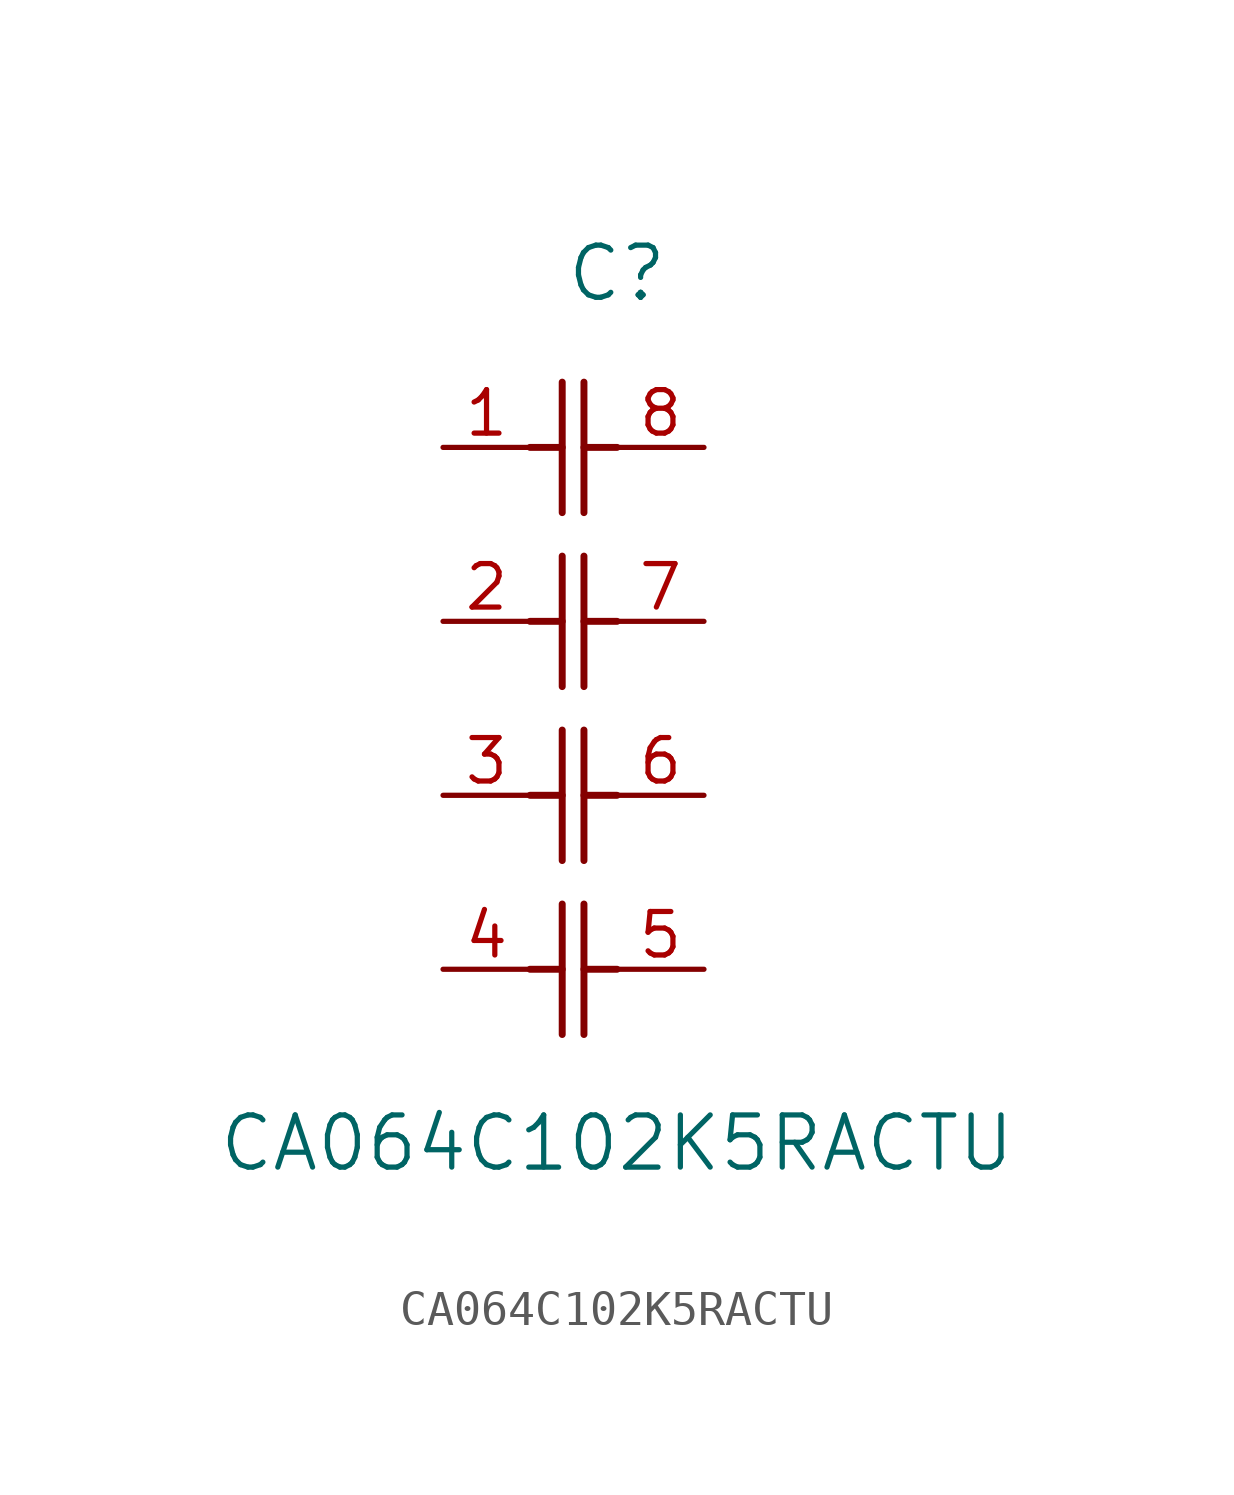
<source format=kicad_sym>
(kicad_symbol_lib
  (version 20211014)
  (generator kicad_symbol_editor)
  (symbol "CA064C102K5RACTU"
    (pin_names
      (offset 0.254))
    (property "Reference" "C"
      (at 5.08 5.08 0)
      (effects (font (size 1.524 1.524))))
    (property "Value" "CA064C102K5RACTU"
      (at 5.08 -20.32 0)
      (effects (font (size 1.524 1.524))))
    (symbol "CA064C102K5RACTU_0_1"
      (polyline (pts (xy 3.48 -1.905) (xy 3.48 1.905)) (stroke (width 0.203) (type default) (color 0 0 0 0)) (fill (type none)))
      (polyline (pts (xy 4.115 -1.905) (xy 4.115 1.905)) (stroke (width 0.203) (type default) (color 0 0 0 0)) (fill (type none)))
      (polyline (pts (xy 4.115 0) (xy 5.08 0)) (stroke (width 0.203) (type default) (color 0 0 0 0)) (fill (type none)))
      (polyline (pts (xy 2.54 0) (xy 3.48 0)) (stroke (width 0.203) (type default) (color 0 0 0 0)) (fill (type none)))
      (polyline (pts (xy 3.48 -6.985) (xy 3.48 -3.175)) (stroke (width 0.203) (type default) (color 0 0 0 0)) (fill (type none)))
      (polyline (pts (xy 4.115 -6.985) (xy 4.115 -3.175)) (stroke (width 0.203) (type default) (color 0 0 0 0)) (fill (type none)))
      (polyline (pts (xy 4.115 -5.08) (xy 5.08 -5.08)) (stroke (width 0.203) (type default) (color 0 0 0 0)) (fill (type none)))
      (polyline (pts (xy 2.54 -5.08) (xy 3.48 -5.08)) (stroke (width 0.203) (type default) (color 0 0 0 0)) (fill (type none)))
      (polyline (pts (xy 3.48 -12.065) (xy 3.48 -8.255)) (stroke (width 0.203) (type default) (color 0 0 0 0)) (fill (type none)))
      (polyline (pts (xy 4.115 -12.065) (xy 4.115 -8.255)) (stroke (width 0.203) (type default) (color 0 0 0 0)) (fill (type none)))
      (polyline (pts (xy 4.115 -10.16) (xy 5.08 -10.16)) (stroke (width 0.203) (type default) (color 0 0 0 0)) (fill (type none)))
      (polyline (pts (xy 2.54 -10.16) (xy 3.48 -10.16)) (stroke (width 0.203) (type default) (color 0 0 0 0)) (fill (type none)))
      (polyline (pts (xy 3.48 -17.145) (xy 3.48 -13.335)) (stroke (width 0.203) (type default) (color 0 0 0 0)) (fill (type none)))
      (polyline (pts (xy 4.115 -17.145) (xy 4.115 -13.335)) (stroke (width 0.203) (type default) (color 0 0 0 0)) (fill (type none)))
      (polyline (pts (xy 4.115 -15.24) (xy 5.08 -15.24)) (stroke (width 0.203) (type default) (color 0 0 0 0)) (fill (type none)))
      (polyline (pts (xy 2.54 -15.24) (xy 3.48 -15.24)) (stroke (width 0.203) (type default) (color 0 0 0 0)) (fill (type none)))
      (pin unspecified line (at 7.62 0 180) (length 2.54) (name "" (effects (font (size 1.27 1.27)))) (number "8" (effects (font (size 1.27 1.27)))))
      (pin unspecified line (at 0 0 0) (length 2.54) (name "" (effects (font (size 1.27 1.27)))) (number "1" (effects (font (size 1.27 1.27)))))
      (pin unspecified line (at 7.62 -5.08 180) (length 2.54) (name "" (effects (font (size 1.27 1.27)))) (number "7" (effects (font (size 1.27 1.27)))))
      (pin unspecified line (at 0 -5.08 0) (length 2.54) (name "" (effects (font (size 1.27 1.27)))) (number "2" (effects (font (size 1.27 1.27)))))
      (pin unspecified line (at 7.62 -10.16 180) (length 2.54) (name "" (effects (font (size 1.27 1.27)))) (number "6" (effects (font (size 1.27 1.27)))))
      (pin unspecified line (at 0 -10.16 0) (length 2.54) (name "" (effects (font (size 1.27 1.27)))) (number "3" (effects (font (size 1.27 1.27)))))
      (pin unspecified line (at 7.62 -15.24 180) (length 2.54) (name "" (effects (font (size 1.27 1.27)))) (number "5" (effects (font (size 1.27 1.27)))))
      (pin unspecified line (at 0 -15.24 0) (length 2.54) (name "" (effects (font (size 1.27 1.27)))) (number "4" (effects (font (size 1.27 1.27))))))))
</source>
